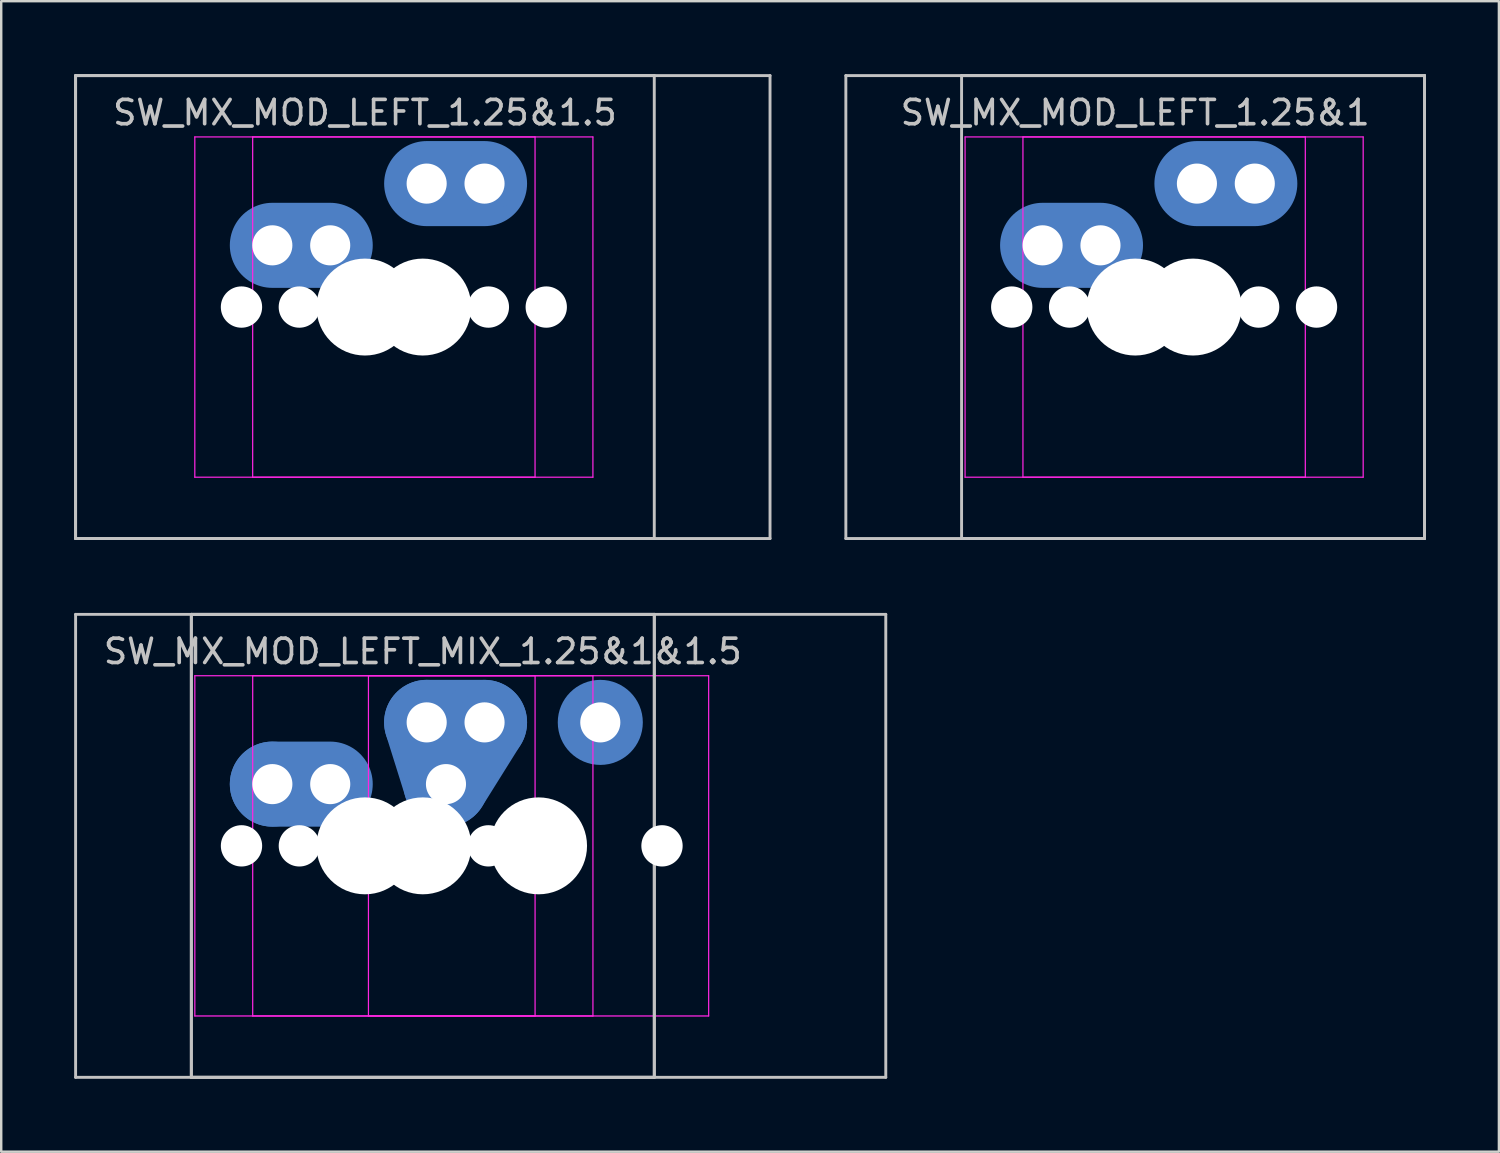
<source format=kicad_pcb>
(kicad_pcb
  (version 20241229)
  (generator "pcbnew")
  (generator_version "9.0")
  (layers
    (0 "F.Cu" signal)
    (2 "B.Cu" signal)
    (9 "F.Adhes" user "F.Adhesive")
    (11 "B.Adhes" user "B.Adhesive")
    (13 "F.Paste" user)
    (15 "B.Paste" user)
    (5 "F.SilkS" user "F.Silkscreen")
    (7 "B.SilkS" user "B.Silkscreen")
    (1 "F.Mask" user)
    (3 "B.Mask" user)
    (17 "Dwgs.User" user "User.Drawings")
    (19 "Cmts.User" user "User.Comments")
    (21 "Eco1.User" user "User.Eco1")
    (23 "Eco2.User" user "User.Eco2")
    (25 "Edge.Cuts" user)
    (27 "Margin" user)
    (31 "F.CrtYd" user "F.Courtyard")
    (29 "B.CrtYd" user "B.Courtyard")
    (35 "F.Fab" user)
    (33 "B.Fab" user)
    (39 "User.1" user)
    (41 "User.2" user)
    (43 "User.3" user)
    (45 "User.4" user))
  (footprint "SW_MX_MOD_LEFT_MIX_1.25&1&1.5"
    (layer "F.Cu")
    (at 14.348 31.755)
    (property "Reference" "SW_MX_MOD_LEFT_MIX_1.25&1&1.5" (at 0 -8 0) (layer "Dwgs.User") (effects (font (size 1 1) (thickness 0.15))))
    (attr through_hole exclude_from_pos_files exclude_from_bom)
    (fp_line (start -14.287 -9.525) (end -14.287 9.525) (stroke (width 0.12) (type solid)) (layer "Dwgs.User"))
    (fp_line (start -14.287 9.525) (end 9.525 9.525) (stroke (width 0.12) (type solid)) (layer "Dwgs.User"))
    (fp_line (start -9.525 -9.525) (end -9.525 9.525) (stroke (width 0.12) (type solid)) (layer "Dwgs.User"))
    (fp_line (start -9.525 -9.525) (end -9.525 9.525) (stroke (width 0.12) (type solid)) (layer "Dwgs.User"))
    (fp_line (start -9.525 9.525) (end 9.525 9.525) (stroke (width 0.12) (type solid)) (layer "Dwgs.User"))
    (fp_line (start -9.525 9.525) (end 19.05 9.525) (stroke (width 0.12) (type solid)) (layer "Dwgs.User"))
    (fp_line (start 9.525 -9.525) (end -14.287 -9.525) (stroke (width 0.12) (type solid)) (layer "Dwgs.User"))
    (fp_line (start 9.525 -9.525) (end -9.525 -9.525) (stroke (width 0.12) (type solid)) (layer "Dwgs.User"))
    (fp_line (start 9.525 9.525) (end 9.525 -9.525) (stroke (width 0.12) (type solid)) (layer "Dwgs.User"))
    (fp_line (start 9.525 9.525) (end 9.525 -9.525) (stroke (width 0.12) (type solid)) (layer "Dwgs.User"))
    (fp_line (start 19.05 -9.525) (end -9.525 -9.525) (stroke (width 0.12) (type solid)) (layer "Dwgs.User"))
    (fp_line (start 19.05 9.525) (end 19.05 -9.525) (stroke (width 0.12) (type solid)) (layer "Dwgs.User"))
    (fp_line (start -9.381 6.5) (end -9.381 -6.5) (stroke (width 0.05) (type solid)) (layer "Eco2.User"))
    (fp_line (start -8.881 -7) (end 4.119 -7) (stroke (width 0.05) (type solid)) (layer "Eco2.User"))
    (fp_line (start -7 6.5) (end -7 -6.5) (stroke (width 0.05) (type solid)) (layer "Eco2.User"))
    (fp_line (start -6.5 -7) (end 6.5 -7) (stroke (width 0.05) (type solid)) (layer "Eco2.User"))
    (fp_line (start -2.237 6.5) (end -2.237 -6.5) (stroke (width 0.05) (type solid)) (layer "Eco2.User"))
    (fp_line (start -1.738 -7) (end 11.262 -7) (stroke (width 0.05) (type solid)) (layer "Eco2.User"))
    (fp_line (start 4.119 7) (end -8.881 7) (stroke (width 0.05) (type solid)) (layer "Eco2.User"))
    (fp_line (start 4.619 -6.5) (end 4.619 6.5) (stroke (width 0.05) (type solid)) (layer "Eco2.User"))
    (fp_line (start 6.5 7) (end -6.5 7) (stroke (width 0.05) (type solid)) (layer "Eco2.User"))
    (fp_line (start 7 -6.5) (end 7 6.5) (stroke (width 0.05) (type solid)) (layer "Eco2.User"))
    (fp_line (start 11.262 7) (end -1.738 7) (stroke (width 0.05) (type solid)) (layer "Eco2.User"))
    (fp_line (start 11.762 -6.5) (end 11.762 6.5) (stroke (width 0.05) (type solid)) (layer "Eco2.User"))
    (fp_arc (start -9.38125 -6.5) (mid -9.234803 -6.853553) (end -8.88125 -7) (stroke (width 0.05) (type solid)) (layer "Eco2.User"))
    (fp_arc (start -8.88125 7) (mid -9.234803 6.853553) (end -9.38125 6.5) (stroke (width 0.05) (type solid)) (layer "Eco2.User"))
    (fp_arc (start -7 -6.5) (mid -6.853553 -6.853553) (end -6.5 -7) (stroke (width 0.05) (type solid)) (layer "Eco2.User"))
    (fp_arc (start -6.5 7) (mid -6.853553 6.853553) (end -7 6.5) (stroke (width 0.05) (type solid)) (layer "Eco2.User"))
    (fp_arc (start -2.2375 -6.5) (mid -2.091053 -6.853553) (end -1.7375 -7) (stroke (width 0.05) (type solid)) (layer "Eco2.User"))
    (fp_arc (start -1.7375 7) (mid -2.091053 6.853553) (end -2.2375 6.5) (stroke (width 0.05) (type solid)) (layer "Eco2.User"))
    (fp_arc (start 4.11875 -7) (mid 4.472303 -6.853553) (end 4.61875 -6.5) (stroke (width 0.05) (type solid)) (layer "Eco2.User"))
    (fp_arc (start 4.615986 6.498884) (mid 4.469539 6.852437) (end 4.115986 6.998884) (stroke (width 0.05) (type solid)) (layer "Eco2.User"))
    (fp_arc (start 6.5 -7) (mid 6.853553 -6.853553) (end 7 -6.5) (stroke (width 0.05) (type solid)) (layer "Eco2.User"))
    (fp_arc (start 6.997236 6.498884) (mid 6.850789 6.852437) (end 6.497236 6.998884) (stroke (width 0.05) (type solid)) (layer "Eco2.User"))
    (fp_arc (start 11.2625 -7) (mid 11.616053 -6.853553) (end 11.7625 -6.5) (stroke (width 0.05) (type solid)) (layer "Eco2.User"))
    (fp_arc (start 11.759736 6.498884) (mid 11.613289 6.852437) (end 11.259736 6.998884) (stroke (width 0.05) (type solid)) (layer "Eco2.User"))
    (fp_line (start -9.381 -7) (end -9.381 7) (stroke (width 0.05) (type solid)) (layer "F.CrtYd"))
    (fp_line (start -9.381 7) (end 4.619 7) (stroke (width 0.05) (type solid)) (layer "F.CrtYd"))
    (fp_line (start -7 -7) (end -7 7) (stroke (width 0.05) (type solid)) (layer "F.CrtYd"))
    (fp_line (start -7 7) (end 7 7) (stroke (width 0.05) (type solid)) (layer "F.CrtYd"))
    (fp_line (start -2.237 -7) (end -2.237 7) (stroke (width 0.05) (type solid)) (layer "F.CrtYd"))
    (fp_line (start -2.237 7) (end 11.762 7) (stroke (width 0.05) (type solid)) (layer "F.CrtYd"))
    (fp_line (start 4.619 -7) (end -9.381 -7) (stroke (width 0.05) (type solid)) (layer "F.CrtYd"))
    (fp_line (start 4.619 7) (end 4.619 -7) (stroke (width 0.05) (type solid)) (layer "F.CrtYd"))
    (fp_line (start 7 -7) (end -7 -7) (stroke (width 0.05) (type solid)) (layer "F.CrtYd"))
    (fp_line (start 7 7) (end 7 -7) (stroke (width 0.05) (type solid)) (layer "F.CrtYd"))
    (fp_line (start 11.762 -7) (end -2.237 -7) (stroke (width 0.05) (type solid)) (layer "F.CrtYd"))
    (fp_line (start 11.762 7) (end 11.762 -7) (stroke (width 0.05) (type solid)) (layer "F.CrtYd"))
    (pad "" np_thru_hole circle (at -7.461 0) (size 1.7 1.7) (drill 1.7) (layers "*.Cu" "*.Mask"))
    (pad "" np_thru_hole circle (at -5.08 0) (size 1.7 1.7) (drill 1.7) (layers "*.Cu" "*.Mask"))
    (pad "" np_thru_hole circle (at -2.381 0) (size 3.988 3.988) (drill 3.988) (layers "*.Cu" "*.Mask"))
    (pad "" np_thru_hole circle (at -0.318 0) (size 1.75 1.75) (drill 1.75) (layers "*.Cu" "*.Mask"))
    (pad "" np_thru_hole circle (at 0 0) (size 3.988 3.988) (drill 3.988) (layers "*.Cu" "*.Mask"))
    (pad "" np_thru_hole circle (at 2.699 0) (size 1.7 1.7) (drill 1.7) (layers "*.Cu" "*.Mask"))
    (pad "" np_thru_hole circle (at 4.763 0) (size 3.988 3.988) (drill 3.988) (layers "*.Cu" "*.Mask"))
    (pad "" np_thru_hole circle (at 5.08 0) (size 1.75 1.75) (drill 1.75) (layers "*.Cu" "*.Mask"))
    (pad "" np_thru_hole circle (at 9.842 0) (size 1.7 1.7) (drill 1.7) (layers "*.Cu" "*.Mask"))
    (pad "1" thru_hole circle (at -6.191 -2.54) (size 2 2) (drill 1.65) (layers "*.Cu") (remove_unused_layers yes) (keep_end_layers yes) (zone_layer_connections))
    (pad "1" smd circle (at -6.191 -2.54) (size 2.5 2.5) (layers "B.Cu" "B.Mask"))
    (pad "1" smd circle (at -6.191 -2.54) (size 3.5 3.5) (layers "B.Cu"))
    (pad "1" smd oval (at -5.001 -2.54) (size 4.381 2) (layers "F.Cu"))
    (pad "1" smd oval (at -5.001 -2.54) (size 5.881 3.5) (layers "B.Cu"))
    (pad "1" thru_hole circle (at -3.81 -2.54) (size 2 2) (drill 1.65) (layers "*.Cu") (remove_unused_layers yes) (keep_end_layers yes) (zone_layer_connections))
    (pad "1" smd circle (at -3.81 -2.54) (size 2.5 2.5) (layers "B.Cu" "B.Mask"))
    (pad "1" thru_hole circle (at 7.303 -5.08) (size 2 2) (drill 1.65) (layers "*.Cu") (remove_unused_layers yes) (keep_end_layers yes) (zone_layer_connections))
    (pad "1" smd circle (at 7.303 -5.08 180) (size 2.5 2.5) (layers "B.Cu" "B.Mask"))
    (pad "1" smd circle (at 7.303 -5.08) (size 3.5 3.5) (layers "B.Cu"))
    (pad "2" thru_hole circle (at 0.159 -5.08) (size 2 2) (drill 1.65) (layers "*.Cu") (remove_unused_layers yes) (keep_end_layers yes) (zone_layer_connections))
    (pad "2" smd circle (at 0.159 -5.08) (size 2.5 2.5) (layers "B.Cu" "B.Mask"))
    (pad "2" smd oval (at 0.555 -3.81 197.4) (size 3.5 6.161) (layers "B.Cu"))
    (pad "2" smd oval (at 0.556 -3.81 197.4) (size 2 4.661) (layers "F.Cu"))
    (pad "2" thru_hole circle (at 0.953 -2.54) (size 2 2) (drill 1.65) (layers "*.Cu") (remove_unused_layers yes) (keep_end_layers yes) (zone_layer_connections))
    (pad "2" smd circle (at 0.953 -2.54 180) (size 2.5 2.5) (layers "B.Cu" "B.Mask"))
    (pad "2" smd oval (at 1.349 -5.08) (size 4.381 2) (layers "F.Cu"))
    (pad "2" smd oval (at 1.349 -5.08) (size 5.881 3.5) (layers "B.Cu"))
    (pad "2" smd oval (at 1.745 -3.808 328) (size 2 4.995) (layers "F.Cu"))
    (pad "2" smd oval (at 1.745 -3.808 328) (size 3.5 6.495) (layers "B.Cu"))
    (pad "2" thru_hole circle (at 2.54 -5.08) (size 2 2) (drill 1.65) (layers "*.Cu") (remove_unused_layers yes) (keep_end_layers yes) (zone_layer_connections))
    (pad "2" smd circle (at 2.54 -5.08) (size 2.5 2.5) (layers "B.Cu" "B.Mask")))
  (footprint "SW_MX_MOD_LEFT_1.25&1.5"
    (layer "F.Cu")
    (at 11.966 9.585)
    (property "Reference" "SW_MX_MOD_LEFT_1.25&1.5" (at 0 -8 0) (layer "Dwgs.User") (effects (font (size 1 1) (thickness 0.15))))
    (attr through_hole exclude_from_pos_files exclude_from_bom)
    (fp_line (start -11.906 -9.525) (end -11.906 9.525) (stroke (width 0.12) (type solid)) (layer "Dwgs.User"))
    (fp_line (start -11.906 -9.525) (end -11.906 9.525) (stroke (width 0.12) (type solid)) (layer "Dwgs.User"))
    (fp_line (start -11.906 9.525) (end 11.906 9.525) (stroke (width 0.12) (type solid)) (layer "Dwgs.User"))
    (fp_line (start -11.906 9.525) (end 16.669 9.525) (stroke (width 0.12) (type solid)) (layer "Dwgs.User"))
    (fp_line (start 11.906 -9.525) (end -11.906 -9.525) (stroke (width 0.12) (type solid)) (layer "Dwgs.User"))
    (fp_line (start 11.906 9.525) (end 11.906 -9.525) (stroke (width 0.12) (type solid)) (layer "Dwgs.User"))
    (fp_line (start 16.669 -9.525) (end -11.906 -9.525) (stroke (width 0.12) (type solid)) (layer "Dwgs.User"))
    (fp_line (start 16.669 9.525) (end 16.669 -9.525) (stroke (width 0.12) (type solid)) (layer "Dwgs.User"))
    (fp_line (start -7 6.5) (end -7 -6.5) (stroke (width 0.05) (type solid)) (layer "Eco2.User"))
    (fp_line (start -6.5 -7) (end 6.5 -7) (stroke (width 0.05) (type solid)) (layer "Eco2.User"))
    (fp_line (start -4.619 6.5) (end -4.619 -6.5) (stroke (width 0.05) (type solid)) (layer "Eco2.User"))
    (fp_line (start -4.119 -7) (end 8.881 -7) (stroke (width 0.05) (type solid)) (layer "Eco2.User"))
    (fp_line (start 6.5 7) (end -6.5 7) (stroke (width 0.05) (type solid)) (layer "Eco2.User"))
    (fp_line (start 7 -6.5) (end 7 6.5) (stroke (width 0.05) (type solid)) (layer "Eco2.User"))
    (fp_line (start 8.881 7) (end -4.119 7) (stroke (width 0.05) (type solid)) (layer "Eco2.User"))
    (fp_line (start 9.381 -6.5) (end 9.381 6.5) (stroke (width 0.05) (type solid)) (layer "Eco2.User"))
    (fp_arc (start -7 -6.5) (mid -6.853553 -6.853553) (end -6.5 -7) (stroke (width 0.05) (type solid)) (layer "Eco2.User"))
    (fp_arc (start -6.5 7) (mid -6.853553 6.853553) (end -7 6.5) (stroke (width 0.05) (type solid)) (layer "Eco2.User"))
    (fp_arc (start -4.61875 -6.5) (mid -4.472303 -6.853553) (end -4.11875 -7) (stroke (width 0.05) (type solid)) (layer "Eco2.User"))
    (fp_arc (start -4.11875 7) (mid -4.472303 6.853553) (end -4.61875 6.5) (stroke (width 0.05) (type solid)) (layer "Eco2.User"))
    (fp_arc (start 6.5 -7) (mid 6.853553 -6.853553) (end 7 -6.5) (stroke (width 0.05) (type solid)) (layer "Eco2.User"))
    (fp_arc (start 6.997236 6.498884) (mid 6.850789 6.852437) (end 6.497236 6.998884) (stroke (width 0.05) (type solid)) (layer "Eco2.User"))
    (fp_arc (start 8.88125 -7) (mid 9.234803 -6.853553) (end 9.38125 -6.5) (stroke (width 0.05) (type solid)) (layer "Eco2.User"))
    (fp_arc (start 9.378486 6.498884) (mid 9.232039 6.852437) (end 8.878486 6.998884) (stroke (width 0.05) (type solid)) (layer "Eco2.User"))
    (fp_line (start -7 -7) (end -7 7) (stroke (width 0.05) (type solid)) (layer "F.CrtYd"))
    (fp_line (start -7 7) (end 7 7) (stroke (width 0.05) (type solid)) (layer "F.CrtYd"))
    (fp_line (start -4.619 -7) (end -4.619 7) (stroke (width 0.05) (type solid)) (layer "F.CrtYd"))
    (fp_line (start -4.619 7) (end 9.381 7) (stroke (width 0.05) (type solid)) (layer "F.CrtYd"))
    (fp_line (start 7 -7) (end -7 -7) (stroke (width 0.05) (type solid)) (layer "F.CrtYd"))
    (fp_line (start 7 7) (end 7 -7) (stroke (width 0.05) (type solid)) (layer "F.CrtYd"))
    (fp_line (start 9.381 -7) (end -4.619 -7) (stroke (width 0.05) (type solid)) (layer "F.CrtYd"))
    (fp_line (start 9.381 7) (end 9.381 -7) (stroke (width 0.05) (type solid)) (layer "F.CrtYd"))
    (pad "" np_thru_hole circle (at -5.08 0) (size 1.7 1.7) (drill 1.7) (layers "*.Cu" "*.Mask"))
    (pad "" np_thru_hole circle (at -2.699 0) (size 1.7 1.7) (drill 1.7) (layers "*.Cu" "*.Mask"))
    (pad "" np_thru_hole circle (at 0 0) (size 3.988 3.988) (drill 3.988) (layers "*.Cu" "*.Mask"))
    (pad "" np_thru_hole circle (at 2.381 0) (size 3.988 3.988) (drill 3.988) (layers "*.Cu" "*.Mask"))
    (pad "" np_thru_hole circle (at 5.08 0) (size 1.7 1.7) (drill 1.7) (layers "*.Cu" "*.Mask"))
    (pad "" np_thru_hole circle (at 7.461 0) (size 1.7 1.7) (drill 1.7) (layers "*.Cu" "*.Mask"))
    (pad "1" thru_hole circle (at -3.81 -2.54) (size 2 2) (drill 1.65) (layers "*.Cu") (remove_unused_layers yes) (keep_end_layers yes) (zone_layer_connections))
    (pad "1" smd circle (at -3.81 -2.54) (size 2.5 2.5) (layers "B.Cu" "B.Mask"))
    (pad "1" smd oval (at -2.619 -2.54) (size 4.381 2) (layers "F.Cu"))
    (pad "1" smd oval (at -2.619 -2.54) (size 5.881 3.5) (layers "B.Cu"))
    (pad "1" thru_hole circle (at -1.429 -2.54) (size 2 2) (drill 1.65) (layers "*.Cu") (remove_unused_layers yes) (keep_end_layers yes) (zone_layer_connections))
    (pad "1" smd circle (at -1.429 -2.54) (size 2.5 2.5) (layers "B.Cu" "B.Mask"))
    (pad "2" thru_hole circle (at 2.54 -5.08) (size 2 2) (drill 1.65) (layers "*.Cu") (remove_unused_layers yes) (keep_end_layers yes) (zone_layer_connections))
    (pad "2" smd circle (at 2.54 -5.08) (size 2.5 2.5) (layers "B.Cu" "B.Mask"))
    (pad "2" smd oval (at 3.731 -5.08) (size 4.381 2) (layers "F.Cu"))
    (pad "2" smd oval (at 3.731 -5.08) (size 5.881 3.5) (layers "B.Cu"))
    (pad "2" thru_hole circle (at 4.921 -5.08) (size 2 2) (drill 1.65) (layers "*.Cu") (remove_unused_layers yes) (keep_end_layers yes) (zone_layer_connections))
    (pad "2" smd circle (at 4.921 -5.08) (size 2.5 2.5) (layers "B.Cu" "B.Mask")))
  (footprint "SW_MX_MOD_LEFT_1.25&1"
    (layer "F.Cu")
    (at 43.661 9.585)
    (property "Reference" "SW_MX_MOD_LEFT_1.25&1" (at 0 -8 0) (layer "Dwgs.User") (effects (font (size 1 1) (thickness 0.15))))
    (attr through_hole exclude_from_pos_files exclude_from_bom)
    (fp_line (start -11.906 -9.525) (end -11.906 9.525) (stroke (width 0.12) (type solid)) (layer "Dwgs.User"))
    (fp_line (start -11.906 9.525) (end 11.906 9.525) (stroke (width 0.12) (type solid)) (layer "Dwgs.User"))
    (fp_line (start -7.144 -9.525) (end -7.144 9.525) (stroke (width 0.12) (type solid)) (layer "Dwgs.User"))
    (fp_line (start -7.144 9.525) (end 11.906 9.525) (stroke (width 0.12) (type solid)) (layer "Dwgs.User"))
    (fp_line (start 11.906 -9.525) (end -11.906 -9.525) (stroke (width 0.12) (type solid)) (layer "Dwgs.User"))
    (fp_line (start 11.906 -9.525) (end -7.144 -9.525) (stroke (width 0.12) (type solid)) (layer "Dwgs.User"))
    (fp_line (start 11.906 9.525) (end 11.906 -9.525) (stroke (width 0.12) (type solid)) (layer "Dwgs.User"))
    (fp_line (start 11.906 9.525) (end 11.906 -9.525) (stroke (width 0.12) (type solid)) (layer "Dwgs.User"))
    (fp_line (start -7 6.5) (end -7 -6.5) (stroke (width 0.05) (type solid)) (layer "Eco2.User"))
    (fp_line (start -6.5 -7) (end 6.5 -7) (stroke (width 0.05) (type solid)) (layer "Eco2.User"))
    (fp_line (start -4.619 6.5) (end -4.619 -6.5) (stroke (width 0.05) (type solid)) (layer "Eco2.User"))
    (fp_line (start -4.119 -7) (end 8.881 -7) (stroke (width 0.05) (type solid)) (layer "Eco2.User"))
    (fp_line (start 6.5 7) (end -6.5 7) (stroke (width 0.05) (type solid)) (layer "Eco2.User"))
    (fp_line (start 7 -6.5) (end 7 6.5) (stroke (width 0.05) (type solid)) (layer "Eco2.User"))
    (fp_line (start 8.881 7) (end -4.119 7) (stroke (width 0.05) (type solid)) (layer "Eco2.User"))
    (fp_line (start 9.381 -6.5) (end 9.381 6.5) (stroke (width 0.05) (type solid)) (layer "Eco2.User"))
    (fp_arc (start -7 -6.5) (mid -6.853553 -6.853553) (end -6.5 -7) (stroke (width 0.05) (type solid)) (layer "Eco2.User"))
    (fp_arc (start -6.5 7) (mid -6.853553 6.853553) (end -7 6.5) (stroke (width 0.05) (type solid)) (layer "Eco2.User"))
    (fp_arc (start -4.61875 -6.5) (mid -4.472303 -6.853553) (end -4.11875 -7) (stroke (width 0.05) (type solid)) (layer "Eco2.User"))
    (fp_arc (start -4.11875 7) (mid -4.472303 6.853553) (end -4.61875 6.5) (stroke (width 0.05) (type solid)) (layer "Eco2.User"))
    (fp_arc (start 6.5 -7) (mid 6.853553 -6.853553) (end 7 -6.5) (stroke (width 0.05) (type solid)) (layer "Eco2.User"))
    (fp_arc (start 6.997236 6.498884) (mid 6.850789 6.852437) (end 6.497236 6.998884) (stroke (width 0.05) (type solid)) (layer "Eco2.User"))
    (fp_arc (start 8.88125 -7) (mid 9.234803 -6.853553) (end 9.38125 -6.5) (stroke (width 0.05) (type solid)) (layer "Eco2.User"))
    (fp_arc (start 9.378486 6.498884) (mid 9.232039 6.852437) (end 8.878486 6.998884) (stroke (width 0.05) (type solid)) (layer "Eco2.User"))
    (fp_line (start -7 -7) (end -7 7) (stroke (width 0.05) (type solid)) (layer "F.CrtYd"))
    (fp_line (start -7 7) (end 7 7) (stroke (width 0.05) (type solid)) (layer "F.CrtYd"))
    (fp_line (start -4.619 -7) (end -4.619 7) (stroke (width 0.05) (type solid)) (layer "F.CrtYd"))
    (fp_line (start -4.619 7) (end 9.381 7) (stroke (width 0.05) (type solid)) (layer "F.CrtYd"))
    (fp_line (start 7 -7) (end -7 -7) (stroke (width 0.05) (type solid)) (layer "F.CrtYd"))
    (fp_line (start 7 7) (end 7 -7) (stroke (width 0.05) (type solid)) (layer "F.CrtYd"))
    (fp_line (start 9.381 -7) (end -4.619 -7) (stroke (width 0.05) (type solid)) (layer "F.CrtYd"))
    (fp_line (start 9.381 7) (end 9.381 -7) (stroke (width 0.05) (type solid)) (layer "F.CrtYd"))
    (pad "" np_thru_hole circle (at -5.08 0) (size 1.7 1.7) (drill 1.7) (layers "*.Cu" "*.Mask"))
    (pad "" np_thru_hole circle (at -2.699 0) (size 1.7 1.7) (drill 1.7) (layers "*.Cu" "*.Mask"))
    (pad "" np_thru_hole circle (at 0 0) (size 3.988 3.988) (drill 3.988) (layers "*.Cu" "*.Mask"))
    (pad "" np_thru_hole circle (at 2.381 0) (size 3.988 3.988) (drill 3.988) (layers "*.Cu" "*.Mask"))
    (pad "" np_thru_hole circle (at 5.08 0) (size 1.7 1.7) (drill 1.7) (layers "*.Cu" "*.Mask"))
    (pad "" np_thru_hole circle (at 7.461 0) (size 1.7 1.7) (drill 1.7) (layers "*.Cu" "*.Mask"))
    (pad "1" thru_hole circle (at -3.81 -2.54) (size 2 2) (drill 1.65) (layers "*.Cu") (remove_unused_layers yes) (keep_end_layers yes) (zone_layer_connections))
    (pad "1" smd circle (at -3.81 -2.54) (size 2.5 2.5) (layers "B.Cu" "B.Mask"))
    (pad "1" smd oval (at -2.619 -2.54) (size 4.381 2) (layers "F.Cu"))
    (pad "1" smd oval (at -2.619 -2.54) (size 5.881 3.5) (layers "B.Cu"))
    (pad "1" thru_hole circle (at -1.429 -2.54) (size 2 2) (drill 1.65) (layers "*.Cu") (remove_unused_layers yes) (keep_end_layers yes) (zone_layer_connections))
    (pad "1" smd circle (at -1.429 -2.54) (size 2.5 2.5) (layers "B.Cu" "B.Mask"))
    (pad "2" thru_hole circle (at 2.54 -5.08) (size 2 2) (drill 1.65) (layers "*.Cu") (remove_unused_layers yes) (keep_end_layers yes) (zone_layer_connections))
    (pad "2" smd circle (at 2.54 -5.08) (size 2.5 2.5) (layers "B.Cu" "B.Mask"))
    (pad "2" smd oval (at 3.731 -5.08) (size 4.381 2) (layers "F.Cu"))
    (pad "2" smd oval (at 3.731 -5.08) (size 5.881 3.5) (layers "B.Cu"))
    (pad "2" thru_hole circle (at 4.921 -5.08) (size 2 2) (drill 1.65) (layers "*.Cu") (remove_unused_layers yes) (keep_end_layers yes) (zone_layer_connections))
    (pad "2" smd circle (at 4.921 -5.08) (size 2.5 2.5) (layers "B.Cu" "B.Mask")))
  (gr_rect
    (start -3 -3)
    (end 58.627 44.34)
    (stroke (width 0.1) (type default))
    (fill no)
    (layer "Edge.Cuts")))
</source>
